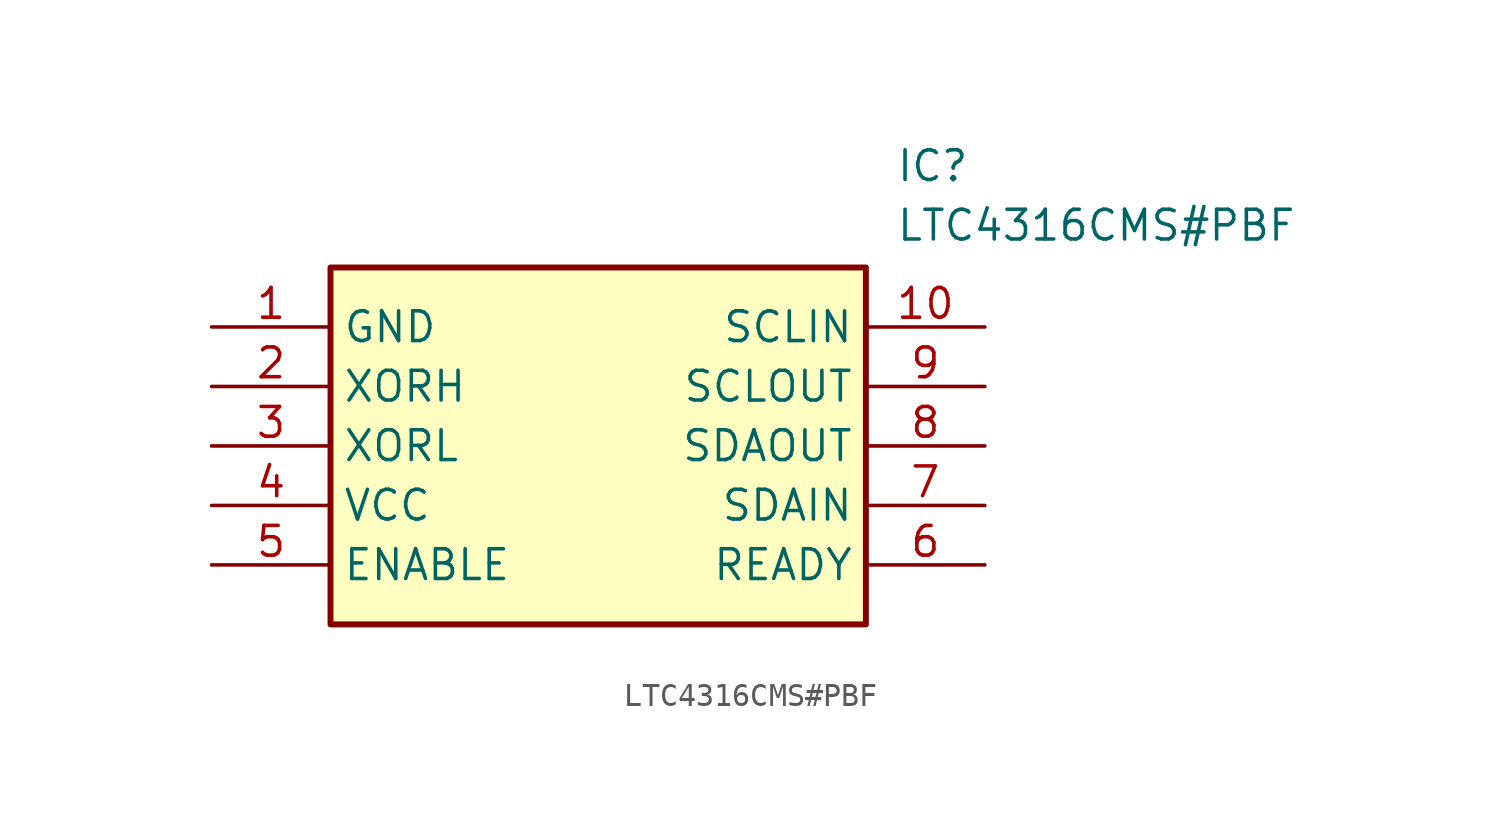
<source format=kicad_sym>
(kicad_symbol_lib
  (version 20211014)
  (generator SamacSys_ECAD_Model)
  (symbol "LTC4316CMS#PBF"
    (property "Reference" "IC"
      (at 29.21 7.62 0)
      (effects (font (size 1.27 1.27)) (justify left top)))
    (property "Value" "LTC4316CMS#PBF"
      (at 29.21 5.08 0)
      (effects (font (size 1.27 1.27)) (justify left top)))
    (rectangle
      (start 5.08 2.54)
      (end 27.94 -12.7)
      (stroke (width 0.254) (type default))
      (fill (type background)))
    (pin passive line
      (at 0 0 0)
      (length 5.08)
      (name "GND" (effects (font (size 1.27 1.27))))
      (number "1" (effects (font (size 1.27 1.27)))))
    (pin passive line
      (at 0 -2.54 0)
      (length 5.08)
      (name "XORH" (effects (font (size 1.27 1.27))))
      (number "2" (effects (font (size 1.27 1.27)))))
    (pin passive line
      (at 0 -5.08 0)
      (length 5.08)
      (name "XORL" (effects (font (size 1.27 1.27))))
      (number "3" (effects (font (size 1.27 1.27)))))
    (pin passive line
      (at 0 -7.62 0)
      (length 5.08)
      (name "VCC" (effects (font (size 1.27 1.27))))
      (number "4" (effects (font (size 1.27 1.27)))))
    (pin passive line
      (at 0 -10.16 0)
      (length 5.08)
      (name "ENABLE" (effects (font (size 1.27 1.27))))
      (number "5" (effects (font (size 1.27 1.27)))))
    (pin passive line
      (at 33.02 0 180)
      (length 5.08)
      (name "SCLIN" (effects (font (size 1.27 1.27))))
      (number "10" (effects (font (size 1.27 1.27)))))
    (pin passive line
      (at 33.02 -2.54 180)
      (length 5.08)
      (name "SCLOUT" (effects (font (size 1.27 1.27))))
      (number "9" (effects (font (size 1.27 1.27)))))
    (pin passive line
      (at 33.02 -5.08 180)
      (length 5.08)
      (name "SDAOUT" (effects (font (size 1.27 1.27))))
      (number "8" (effects (font (size 1.27 1.27)))))
    (pin passive line
      (at 33.02 -7.62 180)
      (length 5.08)
      (name "SDAIN" (effects (font (size 1.27 1.27))))
      (number "7" (effects (font (size 1.27 1.27)))))
    (pin passive line
      (at 33.02 -10.16 180)
      (length 5.08)
      (name "READY" (effects (font (size 1.27 1.27))))
      (number "6" (effects (font (size 1.27 1.27)))))))
</source>
